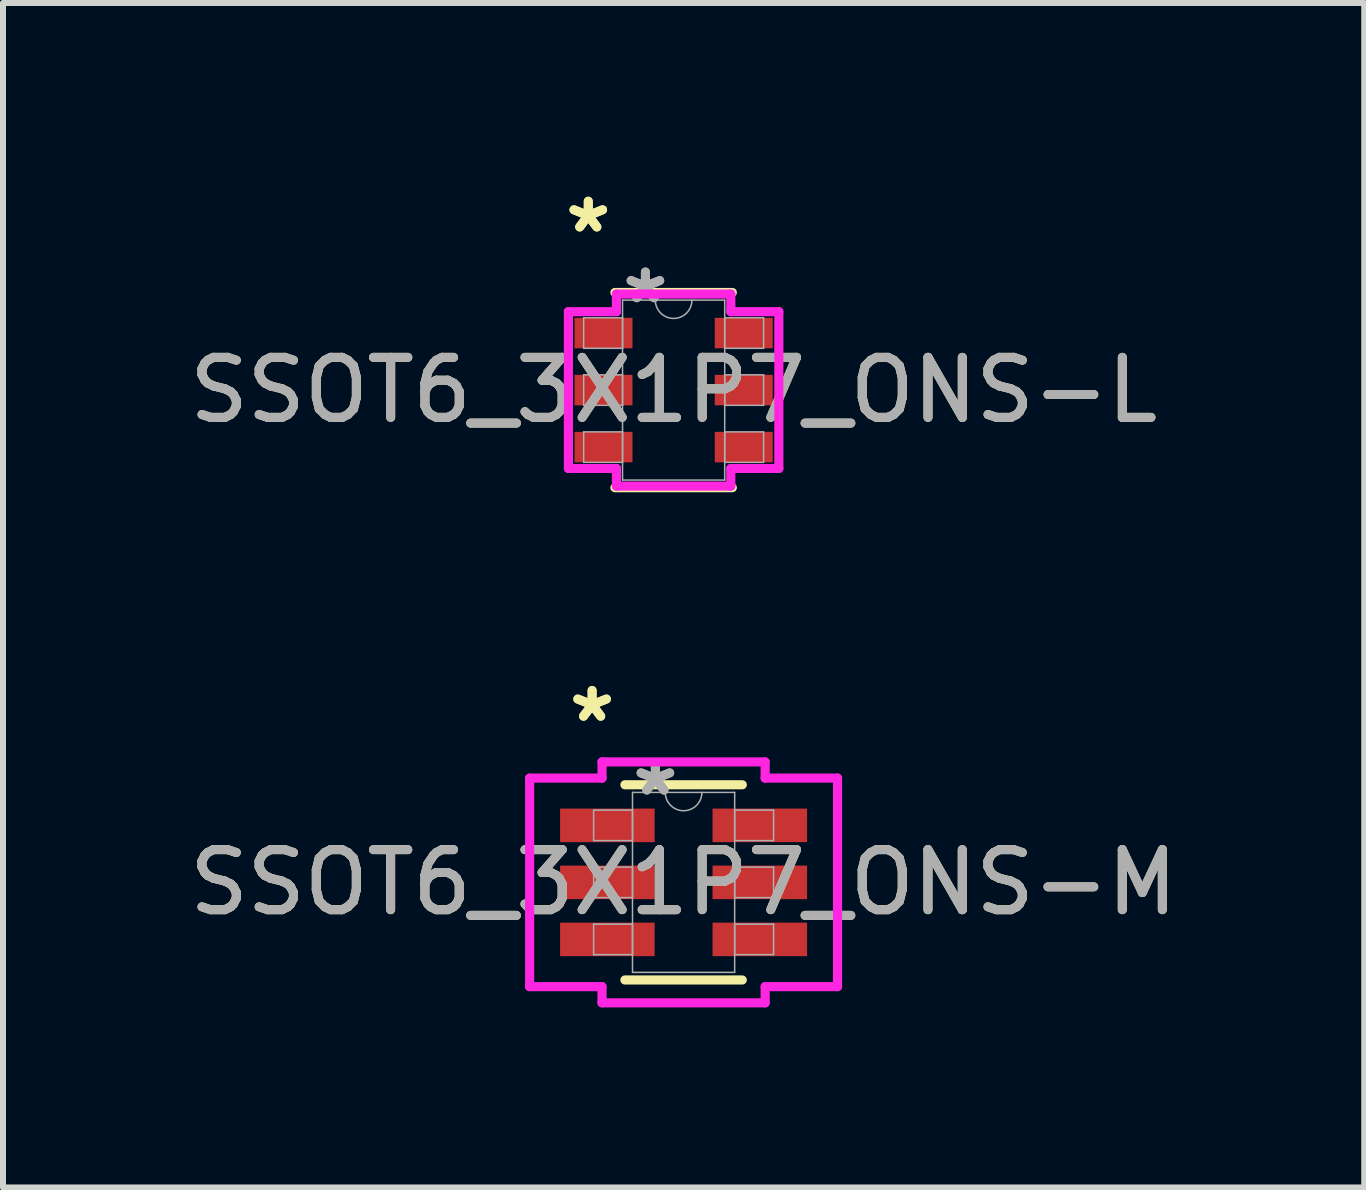
<source format=kicad_pcb>
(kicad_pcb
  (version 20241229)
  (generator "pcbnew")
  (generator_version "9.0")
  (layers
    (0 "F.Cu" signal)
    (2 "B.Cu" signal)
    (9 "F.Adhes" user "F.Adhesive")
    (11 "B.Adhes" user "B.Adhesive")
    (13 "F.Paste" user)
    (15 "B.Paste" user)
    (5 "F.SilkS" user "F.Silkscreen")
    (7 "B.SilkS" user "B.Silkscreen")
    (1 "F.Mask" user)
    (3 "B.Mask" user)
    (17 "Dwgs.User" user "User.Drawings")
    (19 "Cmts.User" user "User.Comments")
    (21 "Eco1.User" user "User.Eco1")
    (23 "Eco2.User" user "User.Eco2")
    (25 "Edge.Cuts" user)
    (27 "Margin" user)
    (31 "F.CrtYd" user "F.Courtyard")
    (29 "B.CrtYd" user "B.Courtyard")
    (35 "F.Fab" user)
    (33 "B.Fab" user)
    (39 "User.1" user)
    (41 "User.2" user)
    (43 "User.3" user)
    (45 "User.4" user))
  (footprint "SSOT6_3X1P7_ONS-M"
    (layer "F.Cu")
    (at 8.339 11.651)
    (property "Reference" "SSOT6_3X1P7_ONS-M" (at 0 0 0) (unlocked yes) (layer "F.SilkS") (effects (font (size 1 1) (thickness 0.15))))
    (attr smd)
    (fp_line (start -0.978 1.626) (end 0.978 1.626) (stroke (width 0.152) (type solid)) (layer "F.SilkS"))
    (fp_line (start 0.978 -1.626) (end -0.978 -1.626) (stroke (width 0.152) (type solid)) (layer "F.SilkS"))
    (fp_line (start -2.565 -1.737) (end -1.359 -1.737) (stroke (width 0.152) (type solid)) (layer "F.CrtYd"))
    (fp_line (start -2.565 1.737) (end -2.565 -1.737) (stroke (width 0.152) (type solid)) (layer "F.CrtYd"))
    (fp_line (start -2.565 1.737) (end -1.359 1.737) (stroke (width 0.152) (type solid)) (layer "F.CrtYd"))
    (fp_line (start -1.359 -2.007) (end 1.359 -2.007) (stroke (width 0.152) (type solid)) (layer "F.CrtYd"))
    (fp_line (start -1.359 -1.737) (end -1.359 -2.007) (stroke (width 0.152) (type solid)) (layer "F.CrtYd"))
    (fp_line (start -1.359 2.007) (end -1.359 1.737) (stroke (width 0.152) (type solid)) (layer "F.CrtYd"))
    (fp_line (start 1.359 -2.007) (end 1.359 -1.737) (stroke (width 0.152) (type solid)) (layer "F.CrtYd"))
    (fp_line (start 1.359 1.737) (end 1.359 2.007) (stroke (width 0.152) (type solid)) (layer "F.CrtYd"))
    (fp_line (start 1.359 2.007) (end -1.359 2.007) (stroke (width 0.152) (type solid)) (layer "F.CrtYd"))
    (fp_line (start 2.565 -1.737) (end 1.359 -1.737) (stroke (width 0.152) (type solid)) (layer "F.CrtYd"))
    (fp_line (start 2.565 -1.737) (end 2.565 1.737) (stroke (width 0.152) (type solid)) (layer "F.CrtYd"))
    (fp_line (start 2.565 1.737) (end 1.359 1.737) (stroke (width 0.152) (type solid)) (layer "F.CrtYd"))
    (fp_line (start -1.499 -1.204) (end -1.499 -0.696) (stroke (width 0.025) (type solid)) (layer "F.Fab"))
    (fp_line (start -1.499 -0.696) (end -0.851 -0.696) (stroke (width 0.025) (type solid)) (layer "F.Fab"))
    (fp_line (start -1.499 -0.254) (end -1.499 0.254) (stroke (width 0.025) (type solid)) (layer "F.Fab"))
    (fp_line (start -1.499 0.254) (end -0.851 0.254) (stroke (width 0.025) (type solid)) (layer "F.Fab"))
    (fp_line (start -1.499 0.696) (end -1.499 1.204) (stroke (width 0.025) (type solid)) (layer "F.Fab"))
    (fp_line (start -1.499 1.204) (end -0.851 1.204) (stroke (width 0.025) (type solid)) (layer "F.Fab"))
    (fp_line (start -0.851 -1.499) (end -0.851 1.499) (stroke (width 0.025) (type solid)) (layer "F.Fab"))
    (fp_line (start -0.851 -1.204) (end -1.499 -1.204) (stroke (width 0.025) (type solid)) (layer "F.Fab"))
    (fp_line (start -0.851 -0.696) (end -0.851 -1.204) (stroke (width 0.025) (type solid)) (layer "F.Fab"))
    (fp_line (start -0.851 -0.254) (end -1.499 -0.254) (stroke (width 0.025) (type solid)) (layer "F.Fab"))
    (fp_line (start -0.851 0.254) (end -0.851 -0.254) (stroke (width 0.025) (type solid)) (layer "F.Fab"))
    (fp_line (start -0.851 0.696) (end -1.499 0.696) (stroke (width 0.025) (type solid)) (layer "F.Fab"))
    (fp_line (start -0.851 1.204) (end -0.851 0.696) (stroke (width 0.025) (type solid)) (layer "F.Fab"))
    (fp_line (start -0.851 1.499) (end 0.851 1.499) (stroke (width 0.025) (type solid)) (layer "F.Fab"))
    (fp_line (start 0.851 -1.499) (end -0.851 -1.499) (stroke (width 0.025) (type solid)) (layer "F.Fab"))
    (fp_line (start 0.851 -1.204) (end 0.851 -0.696) (stroke (width 0.025) (type solid)) (layer "F.Fab"))
    (fp_line (start 0.851 -0.696) (end 1.499 -0.696) (stroke (width 0.025) (type solid)) (layer "F.Fab"))
    (fp_line (start 0.851 -0.254) (end 0.851 0.254) (stroke (width 0.025) (type solid)) (layer "F.Fab"))
    (fp_line (start 0.851 0.254) (end 1.499 0.254) (stroke (width 0.025) (type solid)) (layer "F.Fab"))
    (fp_line (start 0.851 0.696) (end 0.851 1.204) (stroke (width 0.025) (type solid)) (layer "F.Fab"))
    (fp_line (start 0.851 1.204) (end 1.499 1.204) (stroke (width 0.025) (type solid)) (layer "F.Fab"))
    (fp_line (start 0.851 1.499) (end 0.851 -1.499) (stroke (width 0.025) (type solid)) (layer "F.Fab"))
    (fp_line (start 1.499 -1.204) (end 0.851 -1.204) (stroke (width 0.025) (type solid)) (layer "F.Fab"))
    (fp_line (start 1.499 -0.696) (end 1.499 -1.204) (stroke (width 0.025) (type solid)) (layer "F.Fab"))
    (fp_line (start 1.499 -0.254) (end 0.851 -0.254) (stroke (width 0.025) (type solid)) (layer "F.Fab"))
    (fp_line (start 1.499 0.254) (end 1.499 -0.254) (stroke (width 0.025) (type solid)) (layer "F.Fab"))
    (fp_line (start 1.499 0.696) (end 0.851 0.696) (stroke (width 0.025) (type solid)) (layer "F.Fab"))
    (fp_line (start 1.499 1.204) (end 1.499 0.696) (stroke (width 0.025) (type solid)) (layer "F.Fab"))
    (fp_arc (start 0.3048 -1.4986) (mid 0 -1.1938) (end -0.3048 -1.4986) (stroke (width 0.0254) (type solid)) (layer "F.Fab"))
    (fp_text user "*" (at -1.524 -2.652 0) (layer "F.SilkS") (effects (font (size 1 1) (thickness 0.15))))
    (fp_text user "*" (at -1.524 -2.652 0) (unlocked yes) (layer "F.SilkS") (effects (font (size 1 1) (thickness 0.15))))
    (fp_text user "*" (at -0.47 -1.422 0) (unlocked yes) (layer "F.Fab") (effects (font (size 1 1) (thickness 0.15))))
    (fp_text user "${REFERENCE}" (at 0 0 0) (unlocked yes) (layer "F.Fab") (effects (font (size 1 1) (thickness 0.15))))
    (fp_text user "*" (at -0.47 -1.422 0) (layer "F.Fab") (effects (font (size 1 1) (thickness 0.15))))
    (pad "1" smd rect (at -1.27 -0.95) (size 1.575 0.559) (layers "F.Cu" "F.Mask" "F.Paste"))
    (pad "2" smd rect (at -1.27 0) (size 1.575 0.559) (layers "F.Cu" "F.Mask" "F.Paste"))
    (pad "3" smd rect (at -1.27 0.95) (size 1.575 0.559) (layers "F.Cu" "F.Mask" "F.Paste"))
    (pad "4" smd rect (at 1.27 0.95) (size 1.575 0.559) (layers "F.Cu" "F.Mask" "F.Paste"))
    (pad "5" smd rect (at 1.27 0) (size 1.575 0.559) (layers "F.Cu" "F.Mask" "F.Paste"))
    (pad "6" smd rect (at 1.27 -0.95) (size 1.575 0.559) (layers "F.Cu" "F.Mask" "F.Paste")))
  (footprint "SSOT6_3X1P7_ONS-L"
    (layer "F.Cu")
    (at 8.173 3.449)
    (property "Reference" "SSOT6_3X1P7_ONS-L" (at 0 0 0) (unlocked yes) (layer "F.SilkS") (effects (font (size 1 1) (thickness 0.15))))
    (attr smd)
    (fp_line (start -0.978 1.626) (end 0.978 1.626) (stroke (width 0.152) (type solid)) (layer "F.SilkS"))
    (fp_line (start 0.978 -1.626) (end -0.978 -1.626) (stroke (width 0.152) (type solid)) (layer "F.SilkS"))
    (fp_line (start -1.753 -1.306) (end -0.953 -1.306) (stroke (width 0.152) (type solid)) (layer "F.CrtYd"))
    (fp_line (start -1.753 1.306) (end -1.753 -1.306) (stroke (width 0.152) (type solid)) (layer "F.CrtYd"))
    (fp_line (start -1.753 1.306) (end -0.953 1.306) (stroke (width 0.152) (type solid)) (layer "F.CrtYd"))
    (fp_line (start -0.953 -1.6) (end 0.953 -1.6) (stroke (width 0.152) (type solid)) (layer "F.CrtYd"))
    (fp_line (start -0.953 -1.306) (end -0.953 -1.6) (stroke (width 0.152) (type solid)) (layer "F.CrtYd"))
    (fp_line (start -0.953 1.6) (end -0.953 1.306) (stroke (width 0.152) (type solid)) (layer "F.CrtYd"))
    (fp_line (start 0.953 -1.6) (end 0.953 -1.306) (stroke (width 0.152) (type solid)) (layer "F.CrtYd"))
    (fp_line (start 0.953 1.306) (end 0.953 1.6) (stroke (width 0.152) (type solid)) (layer "F.CrtYd"))
    (fp_line (start 0.953 1.6) (end -0.953 1.6) (stroke (width 0.152) (type solid)) (layer "F.CrtYd"))
    (fp_line (start 1.753 -1.306) (end 0.953 -1.306) (stroke (width 0.152) (type solid)) (layer "F.CrtYd"))
    (fp_line (start 1.753 -1.306) (end 1.753 1.306) (stroke (width 0.152) (type solid)) (layer "F.CrtYd"))
    (fp_line (start 1.753 1.306) (end 0.953 1.306) (stroke (width 0.152) (type solid)) (layer "F.CrtYd"))
    (fp_line (start -1.499 -1.204) (end -1.499 -0.696) (stroke (width 0.025) (type solid)) (layer "F.Fab"))
    (fp_line (start -1.499 -0.696) (end -0.851 -0.696) (stroke (width 0.025) (type solid)) (layer "F.Fab"))
    (fp_line (start -1.499 -0.254) (end -1.499 0.254) (stroke (width 0.025) (type solid)) (layer "F.Fab"))
    (fp_line (start -1.499 0.254) (end -0.851 0.254) (stroke (width 0.025) (type solid)) (layer "F.Fab"))
    (fp_line (start -1.499 0.696) (end -1.499 1.204) (stroke (width 0.025) (type solid)) (layer "F.Fab"))
    (fp_line (start -1.499 1.204) (end -0.851 1.204) (stroke (width 0.025) (type solid)) (layer "F.Fab"))
    (fp_line (start -0.851 -1.499) (end -0.851 1.499) (stroke (width 0.025) (type solid)) (layer "F.Fab"))
    (fp_line (start -0.851 -1.204) (end -1.499 -1.204) (stroke (width 0.025) (type solid)) (layer "F.Fab"))
    (fp_line (start -0.851 -0.696) (end -0.851 -1.204) (stroke (width 0.025) (type solid)) (layer "F.Fab"))
    (fp_line (start -0.851 -0.254) (end -1.499 -0.254) (stroke (width 0.025) (type solid)) (layer "F.Fab"))
    (fp_line (start -0.851 0.254) (end -0.851 -0.254) (stroke (width 0.025) (type solid)) (layer "F.Fab"))
    (fp_line (start -0.851 0.696) (end -1.499 0.696) (stroke (width 0.025) (type solid)) (layer "F.Fab"))
    (fp_line (start -0.851 1.204) (end -0.851 0.696) (stroke (width 0.025) (type solid)) (layer "F.Fab"))
    (fp_line (start -0.851 1.499) (end 0.851 1.499) (stroke (width 0.025) (type solid)) (layer "F.Fab"))
    (fp_line (start 0.851 -1.499) (end -0.851 -1.499) (stroke (width 0.025) (type solid)) (layer "F.Fab"))
    (fp_line (start 0.851 -1.204) (end 0.851 -0.696) (stroke (width 0.025) (type solid)) (layer "F.Fab"))
    (fp_line (start 0.851 -0.696) (end 1.499 -0.696) (stroke (width 0.025) (type solid)) (layer "F.Fab"))
    (fp_line (start 0.851 -0.254) (end 0.851 0.254) (stroke (width 0.025) (type solid)) (layer "F.Fab"))
    (fp_line (start 0.851 0.254) (end 1.499 0.254) (stroke (width 0.025) (type solid)) (layer "F.Fab"))
    (fp_line (start 0.851 0.696) (end 0.851 1.204) (stroke (width 0.025) (type solid)) (layer "F.Fab"))
    (fp_line (start 0.851 1.204) (end 1.499 1.204) (stroke (width 0.025) (type solid)) (layer "F.Fab"))
    (fp_line (start 0.851 1.499) (end 0.851 -1.499) (stroke (width 0.025) (type solid)) (layer "F.Fab"))
    (fp_line (start 1.499 -1.204) (end 0.851 -1.204) (stroke (width 0.025) (type solid)) (layer "F.Fab"))
    (fp_line (start 1.499 -0.696) (end 1.499 -1.204) (stroke (width 0.025) (type solid)) (layer "F.Fab"))
    (fp_line (start 1.499 -0.254) (end 0.851 -0.254) (stroke (width 0.025) (type solid)) (layer "F.Fab"))
    (fp_line (start 1.499 0.254) (end 1.499 -0.254) (stroke (width 0.025) (type solid)) (layer "F.Fab"))
    (fp_line (start 1.499 0.696) (end 0.851 0.696) (stroke (width 0.025) (type solid)) (layer "F.Fab"))
    (fp_line (start 1.499 1.204) (end 1.499 0.696) (stroke (width 0.025) (type solid)) (layer "F.Fab"))
    (fp_arc (start 0.3048 -1.4986) (mid 0 -1.1938) (end -0.3048 -1.4986) (stroke (width 0.0254) (type solid)) (layer "F.Fab"))
    (fp_text user "*" (at -1.422 -2.601 0) (unlocked yes) (layer "F.SilkS") (effects (font (size 1 1) (thickness 0.15))))
    (fp_text user "*" (at -1.422 -2.601 0) (layer "F.SilkS") (effects (font (size 1 1) (thickness 0.15))))
    (fp_text user "${REFERENCE}" (at 0 0 0) (unlocked yes) (layer "F.Fab") (effects (font (size 1 1) (thickness 0.15))))
    (fp_text user "*" (at -0.47 -1.422 0) (unlocked yes) (layer "F.Fab") (effects (font (size 1 1) (thickness 0.15))))
    (fp_text user "*" (at -0.47 -1.422 0) (layer "F.Fab") (effects (font (size 1 1) (thickness 0.15))))
    (pad "1" smd rect (at -1.168 -0.95) (size 0.965 0.508) (layers "F.Cu" "F.Mask" "F.Paste"))
    (pad "2" smd rect (at -1.168 0) (size 0.965 0.508) (layers "F.Cu" "F.Mask" "F.Paste"))
    (pad "3" smd rect (at -1.168 0.95) (size 0.965 0.508) (layers "F.Cu" "F.Mask" "F.Paste"))
    (pad "4" smd rect (at 1.168 0.95) (size 0.965 0.508) (layers "F.Cu" "F.Mask" "F.Paste"))
    (pad "5" smd rect (at 1.168 0) (size 0.965 0.508) (layers "F.Cu" "F.Mask" "F.Paste"))
    (pad "6" smd rect (at 1.168 -0.95) (size 0.965 0.508) (layers "F.Cu" "F.Mask" "F.Paste")))
  (gr_rect
    (start -3 -3)
    (end 19.679 16.734)
    (stroke (width 0.1) (type default))
    (fill no)
    (layer "Edge.Cuts")))
</source>
